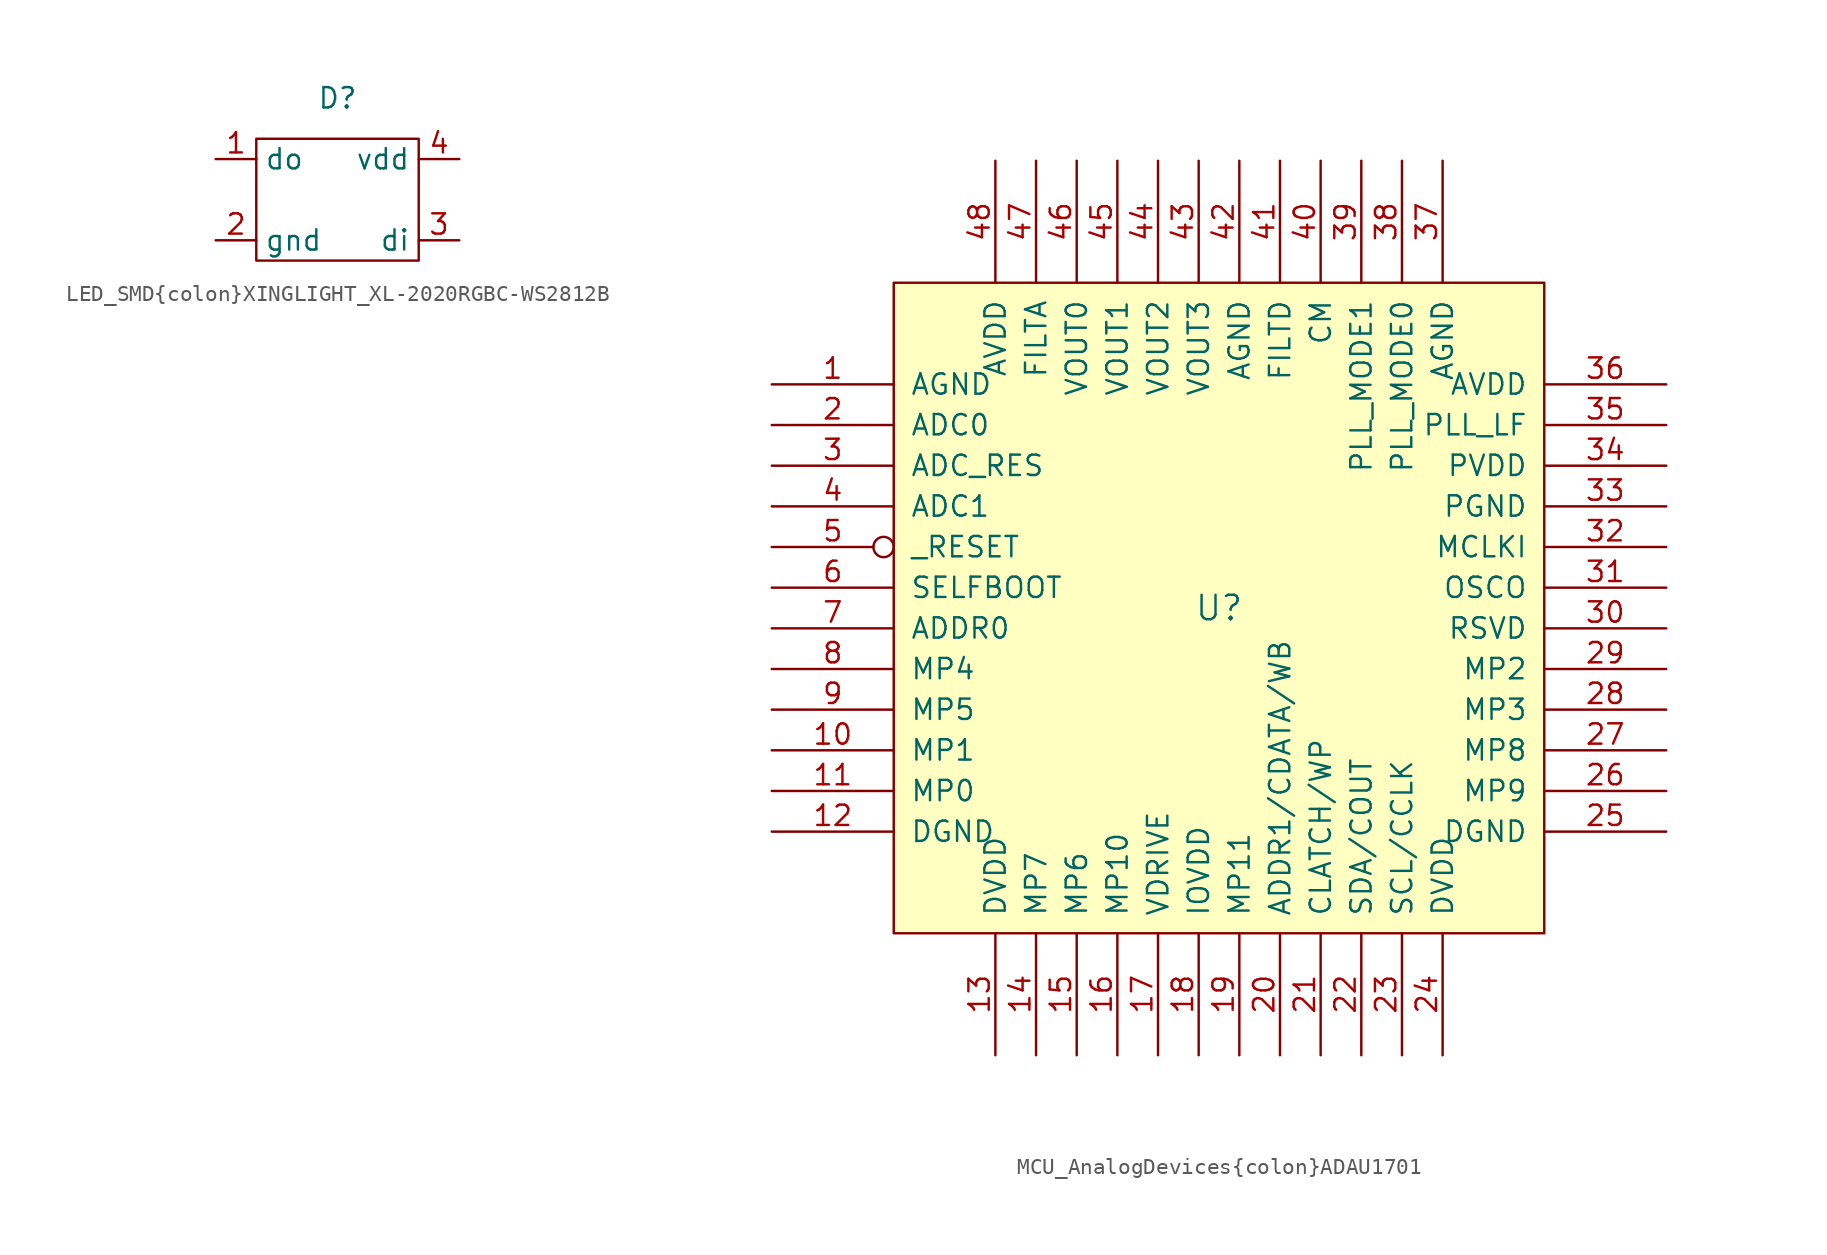
<source format=kicad_sym>
(kicad_symbol_lib
  (version 20220914)
  (generator kicad_symbol_editor)
  (symbol "LED_SMD{colon}XINGLIGHT_XL-2020RGBC-WS2812B"
    (property "Reference" "D"
      (at 0 6.35 0)
      (effects (font (size 1.27 1.27))))
    (symbol "LED_SMD{colon}XINGLIGHT_XL-2020RGBC-WS2812B_0_1"
      (rectangle (start -5.08 3.81) (end 5.08 -3.81) (stroke (width 0) (type default)) (fill (type none))))
    (symbol "LED_SMD{colon}XINGLIGHT_XL-2020RGBC-WS2812B_1_1"
      (pin input line (at -7.62 2.54 0) (length 2.54) (name "do" (effects (font (size 1.27 1.27)))) (number "1" (effects (font (size 1.27 1.27)))))
      (pin input line (at -7.62 -2.54 0) (length 2.54) (name "gnd" (effects (font (size 1.27 1.27)))) (number "2" (effects (font (size 1.27 1.27)))))
      (pin output line (at 7.62 -2.54 180) (length 2.54) (name "di" (effects (font (size 1.27 1.27)))) (number "3" (effects (font (size 1.27 1.27)))))
      (pin input line (at 7.62 2.54 180) (length 2.54) (name "vdd" (effects (font (size 1.27 1.27)))) (number "4" (effects (font (size 1.27 1.27)))))))
  (symbol "MCU_AnalogDevices{colon}ADAU1701"
    (pin_names
      (offset 1.016))
    (property "Reference" "U"
      (at 0 0 0)
      (effects (font (size 1.524 1.524))))
    (symbol "MCU_AnalogDevices{colon}ADAU1701_0_1"
      (rectangle (start -20.32 20.32) (end 20.32 -20.32) (stroke (width 0) (type default)) (fill (type background))))
    (symbol "MCU_AnalogDevices{colon}ADAU1701_1_1"
      (pin power_in line (at -27.94 13.97 0) (length 7.62) (name "AGND" (effects (font (size 1.27 1.27)))) (number "1" (effects (font (size 1.27 1.27)))))
      (pin bidirectional line (at -27.94 -8.89 0) (length 7.62) (name "MP1" (effects (font (size 1.27 1.27)))) (number "10" (effects (font (size 1.27 1.27)))))
      (pin bidirectional line (at -27.94 -11.43 0) (length 7.62) (name "MP0" (effects (font (size 1.27 1.27)))) (number "11" (effects (font (size 1.27 1.27)))))
      (pin power_in line (at -27.94 -13.97 0) (length 7.62) (name "DGND" (effects (font (size 1.27 1.27)))) (number "12" (effects (font (size 1.27 1.27)))))
      (pin power_in line (at -13.97 -27.94 90) (length 7.62) (name "DVDD" (effects (font (size 1.27 1.27)))) (number "13" (effects (font (size 1.27 1.27)))))
      (pin bidirectional line (at -11.43 -27.94 90) (length 7.62) (name "MP7" (effects (font (size 1.27 1.27)))) (number "14" (effects (font (size 1.27 1.27)))))
      (pin bidirectional line (at -8.89 -27.94 90) (length 7.62) (name "MP6" (effects (font (size 1.27 1.27)))) (number "15" (effects (font (size 1.27 1.27)))))
      (pin bidirectional line (at -6.35 -27.94 90) (length 7.62) (name "MP10" (effects (font (size 1.27 1.27)))) (number "16" (effects (font (size 1.27 1.27)))))
      (pin output line (at -3.81 -27.94 90) (length 7.62) (name "VDRIVE" (effects (font (size 1.27 1.27)))) (number "17" (effects (font (size 1.27 1.27)))))
      (pin power_in line (at -1.27 -27.94 90) (length 7.62) (name "IOVDD" (effects (font (size 1.27 1.27)))) (number "18" (effects (font (size 1.27 1.27)))))
      (pin bidirectional line (at 1.27 -27.94 90) (length 7.62) (name "MP11" (effects (font (size 1.27 1.27)))) (number "19" (effects (font (size 1.27 1.27)))))
      (pin input line (at -27.94 11.43 0) (length 7.62) (name "ADC0" (effects (font (size 1.27 1.27)))) (number "2" (effects (font (size 1.27 1.27)))))
      (pin input line (at 3.81 -27.94 90) (length 7.62) (name "ADDR1/CDATA/WB" (effects (font (size 1.27 1.27)))) (number "20" (effects (font (size 1.27 1.27)))))
      (pin bidirectional line (at 6.35 -27.94 90) (length 7.62) (name "CLATCH/WP" (effects (font (size 1.27 1.27)))) (number "21" (effects (font (size 1.27 1.27)))))
      (pin bidirectional line (at 8.89 -27.94 90) (length 7.62) (name "SDA/COUT" (effects (font (size 1.27 1.27)))) (number "22" (effects (font (size 1.27 1.27)))))
      (pin bidirectional line (at 11.43 -27.94 90) (length 7.62) (name "SCL/CCLK" (effects (font (size 1.27 1.27)))) (number "23" (effects (font (size 1.27 1.27)))))
      (pin power_in line (at 13.97 -27.94 90) (length 7.62) (name "DVDD" (effects (font (size 1.27 1.27)))) (number "24" (effects (font (size 1.27 1.27)))))
      (pin power_in line (at 27.94 -13.97 180) (length 7.62) (name "DGND" (effects (font (size 1.27 1.27)))) (number "25" (effects (font (size 1.27 1.27)))))
      (pin bidirectional line (at 27.94 -11.43 180) (length 7.62) (name "MP9" (effects (font (size 1.27 1.27)))) (number "26" (effects (font (size 1.27 1.27)))))
      (pin bidirectional line (at 27.94 -8.89 180) (length 7.62) (name "MP8" (effects (font (size 1.27 1.27)))) (number "27" (effects (font (size 1.27 1.27)))))
      (pin bidirectional line (at 27.94 -6.35 180) (length 7.62) (name "MP3" (effects (font (size 1.27 1.27)))) (number "28" (effects (font (size 1.27 1.27)))))
      (pin bidirectional line (at 27.94 -3.81 180) (length 7.62) (name "MP2" (effects (font (size 1.27 1.27)))) (number "29" (effects (font (size 1.27 1.27)))))
      (pin input line (at -27.94 8.89 0) (length 7.62) (name "ADC_RES" (effects (font (size 1.27 1.27)))) (number "3" (effects (font (size 1.27 1.27)))))
      (pin passive line (at 27.94 -1.27 180) (length 7.62) (name "RSVD" (effects (font (size 1.27 1.27)))) (number "30" (effects (font (size 1.27 1.27)))))
      (pin output line (at 27.94 1.27 180) (length 7.62) (name "OSCO" (effects (font (size 1.27 1.27)))) (number "31" (effects (font (size 1.27 1.27)))))
      (pin input line (at 27.94 3.81 180) (length 7.62) (name "MCLKI" (effects (font (size 1.27 1.27)))) (number "32" (effects (font (size 1.27 1.27)))))
      (pin power_in line (at 27.94 6.35 180) (length 7.62) (name "PGND" (effects (font (size 1.27 1.27)))) (number "33" (effects (font (size 1.27 1.27)))))
      (pin power_in line (at 27.94 8.89 180) (length 7.62) (name "PVDD" (effects (font (size 1.27 1.27)))) (number "34" (effects (font (size 1.27 1.27)))))
      (pin output line (at 27.94 11.43 180) (length 7.62) (name "PLL_LF" (effects (font (size 1.27 1.27)))) (number "35" (effects (font (size 1.27 1.27)))))
      (pin power_in line (at 27.94 13.97 180) (length 7.62) (name "AVDD" (effects (font (size 1.27 1.27)))) (number "36" (effects (font (size 1.27 1.27)))))
      (pin power_in line (at 13.97 27.94 270) (length 7.62) (name "AGND" (effects (font (size 1.27 1.27)))) (number "37" (effects (font (size 1.27 1.27)))))
      (pin input line (at 11.43 27.94 270) (length 7.62) (name "PLL_MODE0" (effects (font (size 1.27 1.27)))) (number "38" (effects (font (size 1.27 1.27)))))
      (pin input line (at 8.89 27.94 270) (length 7.62) (name "PLL_MODE1" (effects (font (size 1.27 1.27)))) (number "39" (effects (font (size 1.27 1.27)))))
      (pin input line (at -27.94 6.35 0) (length 7.62) (name "ADC1" (effects (font (size 1.27 1.27)))) (number "4" (effects (font (size 1.27 1.27)))))
      (pin output line (at 6.35 27.94 270) (length 7.62) (name "CM" (effects (font (size 1.27 1.27)))) (number "40" (effects (font (size 1.27 1.27)))))
      (pin output line (at 3.81 27.94 270) (length 7.62) (name "FILTD" (effects (font (size 1.27 1.27)))) (number "41" (effects (font (size 1.27 1.27)))))
      (pin power_in line (at 1.27 27.94 270) (length 7.62) (name "AGND" (effects (font (size 1.27 1.27)))) (number "42" (effects (font (size 1.27 1.27)))))
      (pin output line (at -1.27 27.94 270) (length 7.62) (name "VOUT3" (effects (font (size 1.27 1.27)))) (number "43" (effects (font (size 1.27 1.27)))))
      (pin output line (at -3.81 27.94 270) (length 7.62) (name "VOUT2" (effects (font (size 1.27 1.27)))) (number "44" (effects (font (size 1.27 1.27)))))
      (pin output line (at -6.35 27.94 270) (length 7.62) (name "VOUT1" (effects (font (size 1.27 1.27)))) (number "45" (effects (font (size 1.27 1.27)))))
      (pin output line (at -8.89 27.94 270) (length 7.62) (name "VOUT0" (effects (font (size 1.27 1.27)))) (number "46" (effects (font (size 1.27 1.27)))))
      (pin output line (at -11.43 27.94 270) (length 7.62) (name "FILTA" (effects (font (size 1.27 1.27)))) (number "47" (effects (font (size 1.27 1.27)))))
      (pin power_in line (at -13.97 27.94 270) (length 7.62) (name "AVDD" (effects (font (size 1.27 1.27)))) (number "48" (effects (font (size 1.27 1.27)))))
      (pin input inverted (at -27.94 3.81 0) (length 7.62) (name "_RESET" (effects (font (size 1.27 1.27)))) (number "5" (effects (font (size 1.27 1.27)))))
      (pin input line (at -27.94 1.27 0) (length 7.62) (name "SELFBOOT" (effects (font (size 1.27 1.27)))) (number "6" (effects (font (size 1.27 1.27)))))
      (pin input line (at -27.94 -1.27 0) (length 7.62) (name "ADDR0" (effects (font (size 1.27 1.27)))) (number "7" (effects (font (size 1.27 1.27)))))
      (pin bidirectional line (at -27.94 -3.81 0) (length 7.62) (name "MP4" (effects (font (size 1.27 1.27)))) (number "8" (effects (font (size 1.27 1.27)))))
      (pin bidirectional line (at -27.94 -6.35 0) (length 7.62) (name "MP5" (effects (font (size 1.27 1.27)))) (number "9" (effects (font (size 1.27 1.27))))))))
</source>
